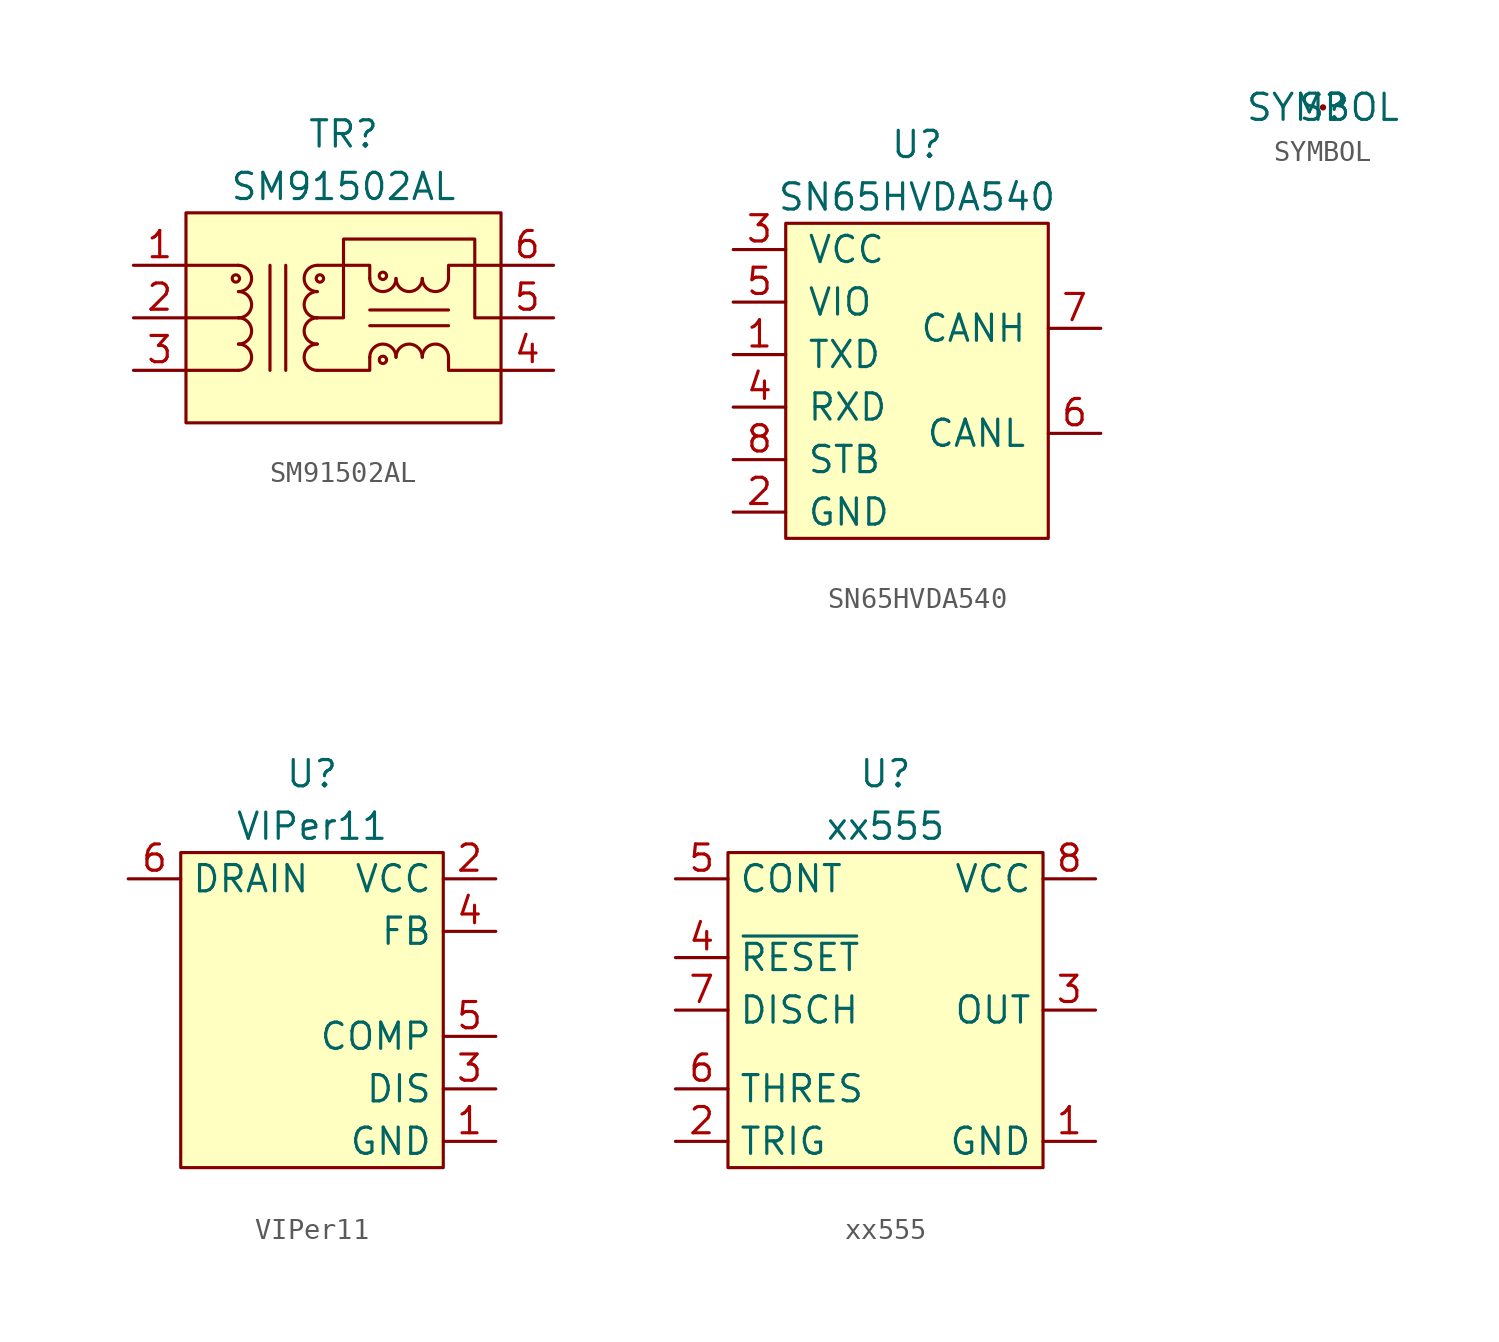
<source format=kicad_sym>
(kicad_symbol_lib
  (version 20211014)
  (generator kicad_symbol_editor)
  (symbol "SM91502AL"
    (pin_names
      (offset 1.016))
    (property "Reference" "TR"
      (at 0 8.89 0)
      (effects (font (size 1.27 1.27))))
    (property "Value" "SM91502AL"
      (at 0 6.35 0)
      (effects (font (size 1.27 1.27))))
    (symbol "SM91502AL_0_1"
      (rectangle (start -7.62 5.08) (end 7.62 -5.08) (stroke (width 0) (type default) (color 0 0 0 0)) (fill (type background))))
    (symbol "SM91502AL_1_1"
      (circle (center -5.207 1.905) (radius 0.178) (stroke (width 0) (type default) (color 0 0 0 0)) (fill (type none)))
      (arc (start -5.08 -2.54) (mid -4.445 -1.905) (end -5.08 -1.27) (stroke (width 0) (type default) (color 0 0 0 0)) (fill (type none)))
      (arc (start -5.08 -1.27) (mid -4.445 -0.635) (end -5.08 0) (stroke (width 0) (type default) (color 0 0 0 0)) (fill (type none)))
      (arc (start -5.08 0) (mid -4.445 0.635) (end -5.08 1.27) (stroke (width 0) (type default) (color 0 0 0 0)) (fill (type none)))
      (arc (start -5.08 1.27) (mid -4.445 1.905) (end -5.08 2.54) (stroke (width 0) (type default) (color 0 0 0 0)) (fill (type none)))
      (arc (start -1.27 -1.27) (mid -1.905 -1.905) (end -1.27 -2.54) (stroke (width 0) (type default) (color 0 0 0 0)) (fill (type none)))
      (arc (start -1.27 0) (mid -1.905 -0.635) (end -1.27 -1.27) (stroke (width 0) (type default) (color 0 0 0 0)) (fill (type none)))
      (arc (start -1.27 1.27) (mid -1.905 0.635) (end -1.27 0) (stroke (width 0) (type default) (color 0 0 0 0)) (fill (type none)))
      (arc (start -1.27 2.54) (mid -1.905 1.905) (end -1.27 1.27) (stroke (width 0) (type default) (color 0 0 0 0)) (fill (type none)))
      (circle (center -1.143 1.905) (radius 0.178) (stroke (width 0) (type default) (color 0 0 0 0)) (fill (type none)))
      (polyline (pts (xy -5.08 -2.54) (xy -7.62 -2.54)) (stroke (width 0) (type default) (color 0 0 0 0)) (fill (type none)))
      (polyline (pts (xy -5.08 0) (xy -7.62 0)) (stroke (width 0) (type default) (color 0 0 0 0)) (fill (type none)))
      (polyline (pts (xy -5.08 2.54) (xy -7.62 2.54)) (stroke (width 0) (type default) (color 0 0 0 0)) (fill (type none)))
      (polyline (pts (xy -3.556 -2.54) (xy -3.556 2.54)) (stroke (width 0) (type default) (color 0 0 0 0)) (fill (type none)))
      (polyline (pts (xy -2.794 2.54) (xy -2.794 -2.54)) (stroke (width 0) (type default) (color 0 0 0 0)) (fill (type none)))
      (polyline (pts (xy 1.27 -0.381) (xy 5.08 -0.381)) (stroke (width 0) (type default) (color 0 0 0 0)) (fill (type none)))
      (polyline (pts (xy 1.27 0.381) (xy 5.08 0.381)) (stroke (width 0) (type default) (color 0 0 0 0)) (fill (type none)))
      (polyline (pts (xy -1.27 -2.54) (xy 1.27 -2.54) (xy 1.27 -1.905)) (stroke (width 0) (type default) (color 0 0 0 0)) (fill (type none)))
      (polyline (pts (xy 1.27 1.905) (xy 1.27 2.54) (xy -1.27 2.54)) (stroke (width 0) (type default) (color 0 0 0 0)) (fill (type none)))
      (polyline (pts (xy 5.08 -1.905) (xy 5.08 -2.54) (xy 7.62 -2.54)) (stroke (width 0) (type default) (color 0 0 0 0)) (fill (type none)))
      (polyline (pts (xy 5.08 1.905) (xy 5.08 2.54) (xy 7.62 2.54)) (stroke (width 0) (type default) (color 0 0 0 0)) (fill (type none)))
      (polyline (pts (xy -1.27 0) (xy 0 0) (xy 0 3.81) (xy 6.35 3.81) (xy 6.35 0) (xy 7.62 0)) (stroke (width 0) (type default) (color 0 0 0 0)) (fill (type none)))
      (arc (start 1.27 1.905) (mid 1.905 1.27) (end 2.54 1.905) (stroke (width 0) (type default) (color 0 0 0 0)) (fill (type none)))
      (circle (center 1.905 -2.032) (radius 0.178) (stroke (width 0) (type default) (color 0 0 0 0)) (fill (type none)))
      (circle (center 1.905 2.032) (radius 0.178) (stroke (width 0) (type default) (color 0 0 0 0)) (fill (type none)))
      (arc (start 2.54 -1.905) (mid 1.905 -1.27) (end 1.27 -1.905) (stroke (width 0) (type default) (color 0 0 0 0)) (fill (type none)))
      (arc (start 2.54 1.905) (mid 3.175 1.27) (end 3.81 1.905) (stroke (width 0) (type default) (color 0 0 0 0)) (fill (type none)))
      (arc (start 3.81 -1.905) (mid 3.175 -1.27) (end 2.54 -1.905) (stroke (width 0) (type default) (color 0 0 0 0)) (fill (type none)))
      (arc (start 3.81 1.905) (mid 4.445 1.27) (end 5.08 1.905) (stroke (width 0) (type default) (color 0 0 0 0)) (fill (type none)))
      (arc (start 5.08 -1.905) (mid 4.445 -1.27) (end 3.81 -1.905) (stroke (width 0) (type default) (color 0 0 0 0)) (fill (type none)))
      (pin passive line (at -10.16 2.54 0) (length 2.54) (name "~" (effects (font (size 1.27 1.27)))) (number "1" (effects (font (size 1.27 1.27)))))
      (pin passive line (at -10.16 0 0) (length 2.54) (name "~" (effects (font (size 1.27 1.27)))) (number "2" (effects (font (size 1.27 1.27)))))
      (pin passive line (at -10.16 -2.54 0) (length 2.54) (name "~" (effects (font (size 1.27 1.27)))) (number "3" (effects (font (size 1.27 1.27)))))
      (pin passive line (at 10.16 -2.54 180) (length 2.54) (name "~" (effects (font (size 1.27 1.27)))) (number "4" (effects (font (size 1.27 1.27)))))
      (pin passive line (at 10.16 0 180) (length 2.54) (name "~" (effects (font (size 1.27 1.27)))) (number "5" (effects (font (size 1.27 1.27)))))
      (pin passive line (at 10.16 2.54 180) (length 2.54) (name "~" (effects (font (size 1.27 1.27)))) (number "6" (effects (font (size 1.27 1.27)))))))
  (symbol "SN65HVDA540"
    (pin_names
      (offset 1.016))
    (property "Reference" "U"
      (at 0 11.43 0)
      (effects (font (size 1.27 1.27))))
    (property "Value" "SN65HVDA540"
      (at 0 8.89 0)
      (effects (font (size 1.27 1.27))))
    (symbol "SN65HVDA540_0_1"
      (rectangle (start -6.35 7.62) (end 6.35 -7.62) (stroke (width 0) (type default) (color 0 0 0 0)) (fill (type background))))
    (symbol "SN65HVDA540_1_1"
      (pin input line (at -8.89 1.27 0) (length 2.54) (name "TXD" (effects (font (size 1.27 1.27)))) (number "1" (effects (font (size 1.27 1.27)))))
      (pin power_in line (at -8.89 -6.35 0) (length 2.54) (name "GND" (effects (font (size 1.27 1.27)))) (number "2" (effects (font (size 1.27 1.27)))))
      (pin power_in line (at -8.89 6.35 0) (length 2.54) (name "VCC" (effects (font (size 1.27 1.27)))) (number "3" (effects (font (size 1.27 1.27)))))
      (pin output line (at -8.89 -1.27 0) (length 2.54) (name "RXD" (effects (font (size 1.27 1.27)))) (number "4" (effects (font (size 1.27 1.27)))))
      (pin power_in line (at -8.89 3.81 0) (length 2.54) (name "VIO" (effects (font (size 1.27 1.27)))) (number "5" (effects (font (size 1.27 1.27)))))
      (pin output line (at 8.89 -2.54 180) (length 2.54) (name "CANL" (effects (font (size 1.27 1.27)))) (number "6" (effects (font (size 1.27 1.27)))))
      (pin output line (at 8.89 2.54 180) (length 2.54) (name "CANH" (effects (font (size 1.27 1.27)))) (number "7" (effects (font (size 1.27 1.27)))))
      (pin input line (at -8.89 -3.81 0) (length 2.54) (name "STB" (effects (font (size 1.27 1.27)))) (number "8" (effects (font (size 1.27 1.27)))))))
  (symbol "SYMBOL"
    (pin_names
      (offset 1.016))
    (property "Reference" "S"
      (at 0 0 0)
      (effects (font (size 1.27 1.27))))
    (property "Value" "SYMBOL"
      (at 0 0 0)
      (effects (font (size 1.27 1.27))))
    (symbol "SYMBOL_0_1"
      (circle (center 0 0) (radius 0.0001) (stroke (width 0) (type default) (color 0 0 0 0)) (fill (type none)))))
  (symbol "VIPer11"
    (property "Reference" "U"
      (at 0 11.43 0)
      (effects (font (size 1.27 1.27))))
    (property "Value" "VIPer11"
      (at 0 8.89 0)
      (effects (font (size 1.27 1.27))))
    (symbol "VIPer11_0_1"
      (rectangle (start -6.35 7.62) (end 6.35 -7.62) (stroke (width 0.152) (type default) (color 0 0 0 0)) (fill (type background))))
    (symbol "VIPer11_1_1"
      (pin input line (at 8.89 -6.35 180) (length 2.54) (name "GND" (effects (font (size 1.27 1.27)))) (number "1" (effects (font (size 1.27 1.27)))))
      (pin open_collector line (at -8.89 6.35 0) (length 2.54) hide (name "DRAIN" (effects (font (size 1.27 1.27)))) (number "10" (effects (font (size 1.27 1.27)))))
      (pin input line (at 8.89 6.35 180) (length 2.54) (name "VCC" (effects (font (size 1.27 1.27)))) (number "2" (effects (font (size 1.27 1.27)))))
      (pin input line (at 8.89 -3.81 180) (length 2.54) (name "DIS" (effects (font (size 1.27 1.27)))) (number "3" (effects (font (size 1.27 1.27)))))
      (pin input line (at 8.89 3.81 180) (length 2.54) (name "FB" (effects (font (size 1.27 1.27)))) (number "4" (effects (font (size 1.27 1.27)))))
      (pin input line (at 8.89 -1.27 180) (length 2.54) (name "COMP" (effects (font (size 1.27 1.27)))) (number "5" (effects (font (size 1.27 1.27)))))
      (pin open_collector line (at -8.89 6.35 0) (length 2.54) (name "DRAIN" (effects (font (size 1.27 1.27)))) (number "6" (effects (font (size 1.27 1.27)))))
      (pin open_collector line (at -8.89 6.35 0) (length 2.54) hide (name "DRAIN" (effects (font (size 1.27 1.27)))) (number "7" (effects (font (size 1.27 1.27)))))
      (pin open_collector line (at -8.89 6.35 0) (length 2.54) hide (name "DRAIN" (effects (font (size 1.27 1.27)))) (number "8" (effects (font (size 1.27 1.27)))))
      (pin open_collector line (at -8.89 6.35 0) (length 2.54) hide (name "DRAIN" (effects (font (size 1.27 1.27)))) (number "9" (effects (font (size 1.27 1.27)))))))
  (symbol "xx555"
    (property "Reference" "U"
      (at 0 11.43 0)
      (effects (font (size 1.27 1.27))))
    (property "Value" "xx555"
      (at 0 8.89 0)
      (effects (font (size 1.27 1.27))))
    (symbol "xx555_0_1"
      (rectangle (start -7.62 7.62) (end 7.62 -7.62) (stroke (width 0.152) (type default) (color 0 0 0 0)) (fill (type background))))
    (symbol "xx555_1_1"
      (pin input line (at 10.16 -6.35 180) (length 2.54) (name "GND" (effects (font (size 1.27 1.27)))) (number "1" (effects (font (size 1.27 1.27)))))
      (pin input line (at -10.16 -6.35 0) (length 2.54) (name "TRIG" (effects (font (size 1.27 1.27)))) (number "2" (effects (font (size 1.27 1.27)))))
      (pin output line (at 10.16 0 180) (length 2.54) (name "OUT" (effects (font (size 1.27 1.27)))) (number "3" (effects (font (size 1.27 1.27)))))
      (pin input line (at -10.16 2.54 0) (length 2.54) (name "~{RESET}" (effects (font (size 1.27 1.27)))) (number "4" (effects (font (size 1.27 1.27)))))
      (pin input line (at -10.16 6.35 0) (length 2.54) (name "CONT" (effects (font (size 1.27 1.27)))) (number "5" (effects (font (size 1.27 1.27)))))
      (pin input line (at -10.16 -3.81 0) (length 2.54) (name "THRES" (effects (font (size 1.27 1.27)))) (number "6" (effects (font (size 1.27 1.27)))))
      (pin input line (at -10.16 0 0) (length 2.54) (name "DISCH" (effects (font (size 1.27 1.27)))) (number "7" (effects (font (size 1.27 1.27)))))
      (pin input line (at 10.16 6.35 180) (length 2.54) (name "VCC" (effects (font (size 1.27 1.27)))) (number "8" (effects (font (size 1.27 1.27))))))))
</source>
